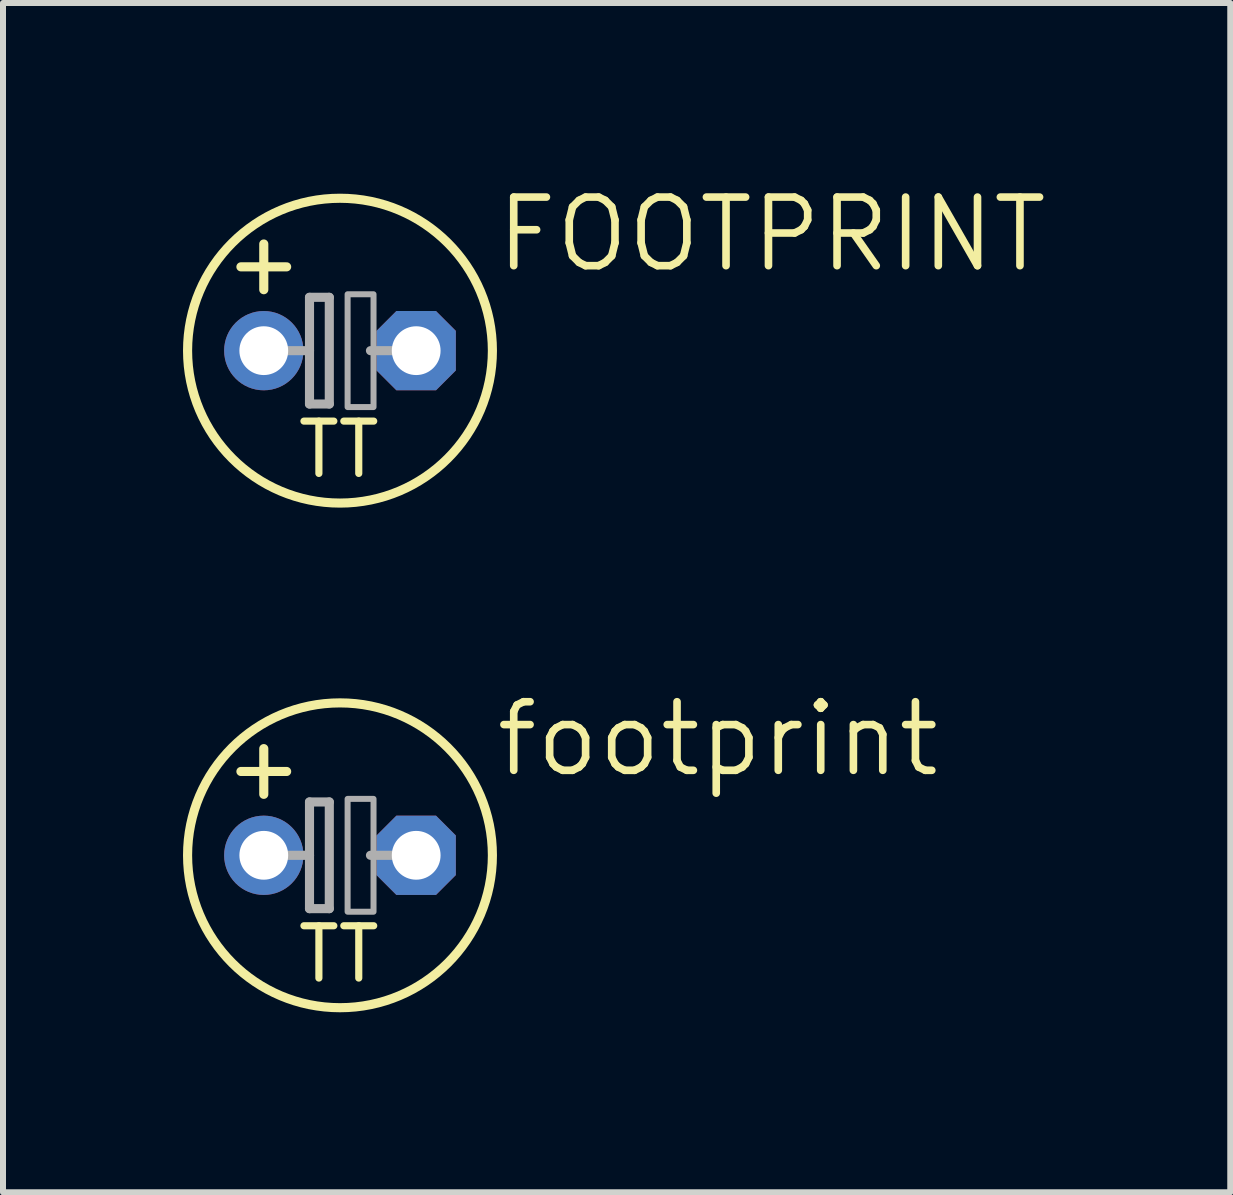
<source format=kicad_pcb>
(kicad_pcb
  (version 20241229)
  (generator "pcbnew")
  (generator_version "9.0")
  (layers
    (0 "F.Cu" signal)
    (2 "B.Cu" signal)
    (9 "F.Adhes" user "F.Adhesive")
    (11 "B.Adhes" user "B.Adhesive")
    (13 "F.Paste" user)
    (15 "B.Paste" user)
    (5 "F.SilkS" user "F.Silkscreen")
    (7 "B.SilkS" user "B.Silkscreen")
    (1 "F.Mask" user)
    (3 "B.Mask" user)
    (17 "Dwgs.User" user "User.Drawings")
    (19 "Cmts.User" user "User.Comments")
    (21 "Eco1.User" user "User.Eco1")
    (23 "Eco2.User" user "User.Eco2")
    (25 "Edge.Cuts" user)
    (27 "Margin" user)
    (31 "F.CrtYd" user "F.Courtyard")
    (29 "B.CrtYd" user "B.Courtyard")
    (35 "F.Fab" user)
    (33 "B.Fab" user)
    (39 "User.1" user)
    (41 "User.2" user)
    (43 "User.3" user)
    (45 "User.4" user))
  (footprint "footprint"
    (layer "F.Cu")
    (at 2.616 11.204)
    (property "Reference" "footprint" (at 2.54 -1.27 0) (layer "F.SilkS") (effects (font (size 1.143 1.143) (thickness 0.127)) (justify left bottom)))
    (fp_line (start -1.27 -1.016) (end -1.27 -1.778) (stroke (width 0.152) (type solid)) (layer "F.SilkS"))
    (fp_line (start -0.889 -1.397) (end -1.651 -1.397) (stroke (width 0.152) (type solid)) (layer "F.SilkS"))
    (fp_circle (center 0 0) (end 2.54 0) (stroke (width 0.152) (type solid)) (fill no) (layer "F.SilkS"))
    (fp_line (start -1.016 0) (end -0.508 0) (stroke (width 0.152) (type solid)) (layer "F.Fab"))
    (fp_line (start -0.508 -0.889) (end -0.508 0) (stroke (width 0.152) (type solid)) (layer "F.Fab"))
    (fp_line (start -0.508 0) (end -0.508 0.889) (stroke (width 0.152) (type solid)) (layer "F.Fab"))
    (fp_line (start -0.508 0.889) (end -0.178 0.889) (stroke (width 0.152) (type solid)) (layer "F.Fab"))
    (fp_line (start -0.178 -0.889) (end -0.508 -0.889) (stroke (width 0.152) (type solid)) (layer "F.Fab"))
    (fp_line (start -0.178 0.889) (end -0.178 -0.889) (stroke (width 0.152) (type solid)) (layer "F.Fab"))
    (fp_line (start 0.508 0) (end 1.016 0) (stroke (width 0.152) (type solid)) (layer "F.Fab"))
    (fp_poly (pts (xy 0.127 0.94) (xy 0.559 0.94) (xy 0.559 -0.94) (xy 0.127 -0.94)) (stroke (width 0.1) (type solid)) (fill no) (layer "F.Fab"))
    (fp_text user "TT" (at -0.762 2.159 0) (layer "F.SilkS") (effects (font (size 0.872 0.872) (thickness 0.119)) (justify left bottom)))
    (pad "+" thru_hole circle (at -1.27 0) (size 1.321 1.321) (drill 0.813) (layers "*.Cu" "*.Mask"))
    (pad "-" thru_hole roundrect (at 1.27 0) (size 1.321 1.321) (drill 0.813) (layers "*.Cu" "*.Mask") (roundrect_rratio 0.25) (chamfer_ratio 0.25) (chamfer top_left top_right bottom_left bottom_right)))
  (footprint "FOOTPRINT"
    (layer "F.Cu")
    (at 2.616 2.794)
    (property "Reference" "FOOTPRINT" (at 2.54 -1.27 0) (layer "F.SilkS") (effects (font (size 1.143 1.143) (thickness 0.127)) (justify left bottom)))
    (fp_line (start -1.27 -1.016) (end -1.27 -1.778) (stroke (width 0.152) (type solid)) (layer "F.SilkS"))
    (fp_line (start -0.889 -1.397) (end -1.651 -1.397) (stroke (width 0.152) (type solid)) (layer "F.SilkS"))
    (fp_circle (center 0 0) (end 2.54 0) (stroke (width 0.152) (type solid)) (fill no) (layer "F.SilkS"))
    (fp_line (start -1.016 0) (end -0.508 0) (stroke (width 0.152) (type solid)) (layer "F.Fab"))
    (fp_line (start -0.508 -0.889) (end -0.508 0) (stroke (width 0.152) (type solid)) (layer "F.Fab"))
    (fp_line (start -0.508 0) (end -0.508 0.889) (stroke (width 0.152) (type solid)) (layer "F.Fab"))
    (fp_line (start -0.508 0.889) (end -0.178 0.889) (stroke (width 0.152) (type solid)) (layer "F.Fab"))
    (fp_line (start -0.178 -0.889) (end -0.508 -0.889) (stroke (width 0.152) (type solid)) (layer "F.Fab"))
    (fp_line (start -0.178 0.889) (end -0.178 -0.889) (stroke (width 0.152) (type solid)) (layer "F.Fab"))
    (fp_line (start 0.508 0) (end 1.016 0) (stroke (width 0.152) (type solid)) (layer "F.Fab"))
    (fp_poly (pts (xy 0.127 0.94) (xy 0.559 0.94) (xy 0.559 -0.94) (xy 0.127 -0.94)) (stroke (width 0.1) (type solid)) (fill no) (layer "F.Fab"))
    (fp_text user "TT" (at -0.762 2.159 0) (layer "F.SilkS") (effects (font (size 0.872 0.872) (thickness 0.119)) (justify left bottom)))
    (pad "+" thru_hole circle (at -1.27 0) (size 1.321 1.321) (drill 0.813) (layers "*.Cu" "*.Mask"))
    (pad "-" thru_hole roundrect (at 1.27 0) (size 1.321 1.321) (drill 0.813) (layers "*.Cu" "*.Mask") (roundrect_rratio 0.25) (chamfer_ratio 0.25) (chamfer top_left top_right bottom_left bottom_right)))
  (gr_rect
    (start -3 -3)
    (end 17.453 16.82)
    (stroke (width 0.1) (type default))
    (fill no)
    (layer "Edge.Cuts")))
</source>
